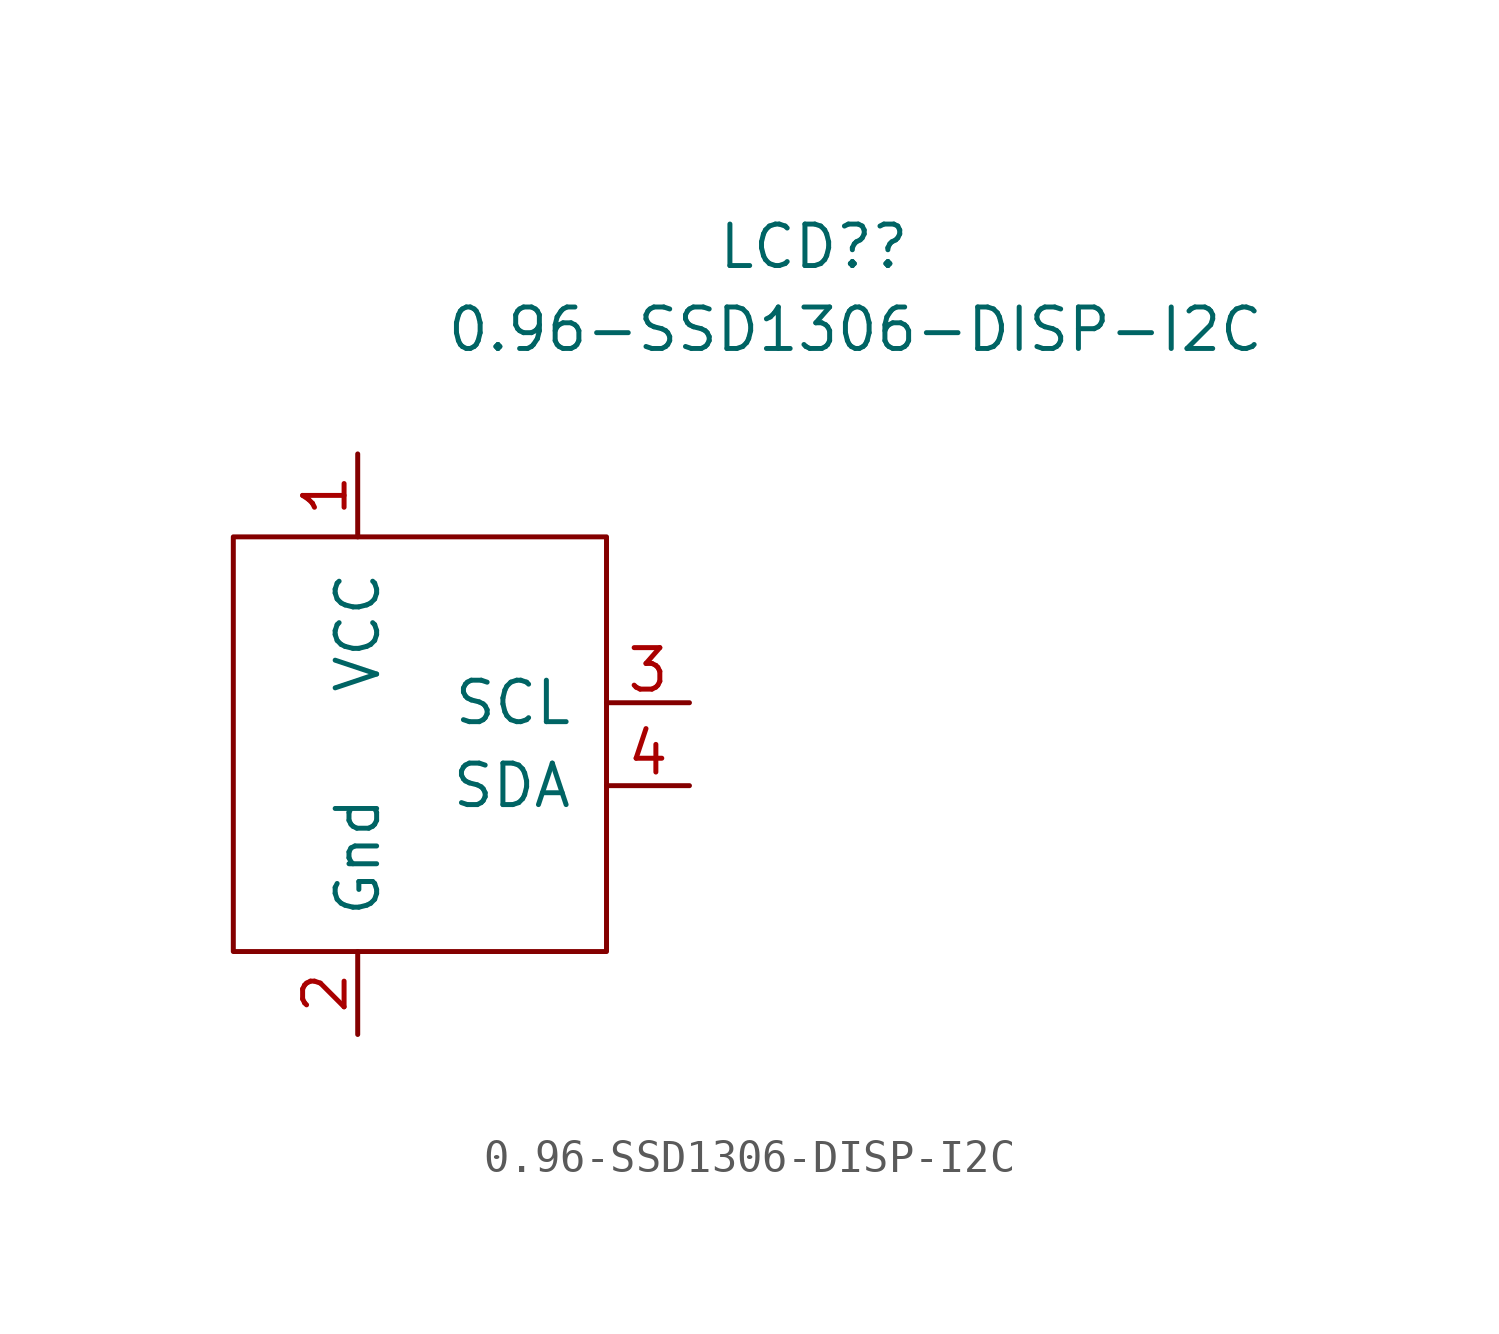
<source format=kicad_sym>
(kicad_symbol_lib
  (version 20220914)
  (generator kicad_symbol_editor)
  (symbol "0.96-SSD1306-DISP-I2C"
    (pin_names
      (offset 1.016))
    (property "Reference" "LCD?"
      (at 13.97 15.24 0)
      (effects (font (size 1.27 1.27))))
    (property "Value" "0.96-SSD1306-DISP-I2C"
      (at 15.24 12.7 0)
      (effects (font (size 1.27 1.27))))
    (symbol "0.96-SSD1306-DISP-I2C_0_1"
      (rectangle (start -3.81 -6.35) (end 7.62 6.35) (stroke (width 0) (type default)) (fill (type none))))
    (symbol "0.96-SSD1306-DISP-I2C_1_1"
      (pin power_in line (at 0 8.89 270) (length 2.54) (name "VCC" (effects (font (size 1.27 1.27)))) (number "1" (effects (font (size 1.27 1.27)))))
      (pin power_in line (at 0 -8.89 90) (length 2.54) (name "Gnd" (effects (font (size 1.27 1.27)))) (number "2" (effects (font (size 1.27 1.27)))))
      (pin input line (at 10.16 1.27 180) (length 2.54) (name "SCL" (effects (font (size 1.27 1.27)))) (number "3" (effects (font (size 1.27 1.27)))))
      (pin bidirectional line (at 10.16 -1.27 180) (length 2.54) (name "SDA" (effects (font (size 1.27 1.27)))) (number "4" (effects (font (size 1.27 1.27))))))))
</source>
